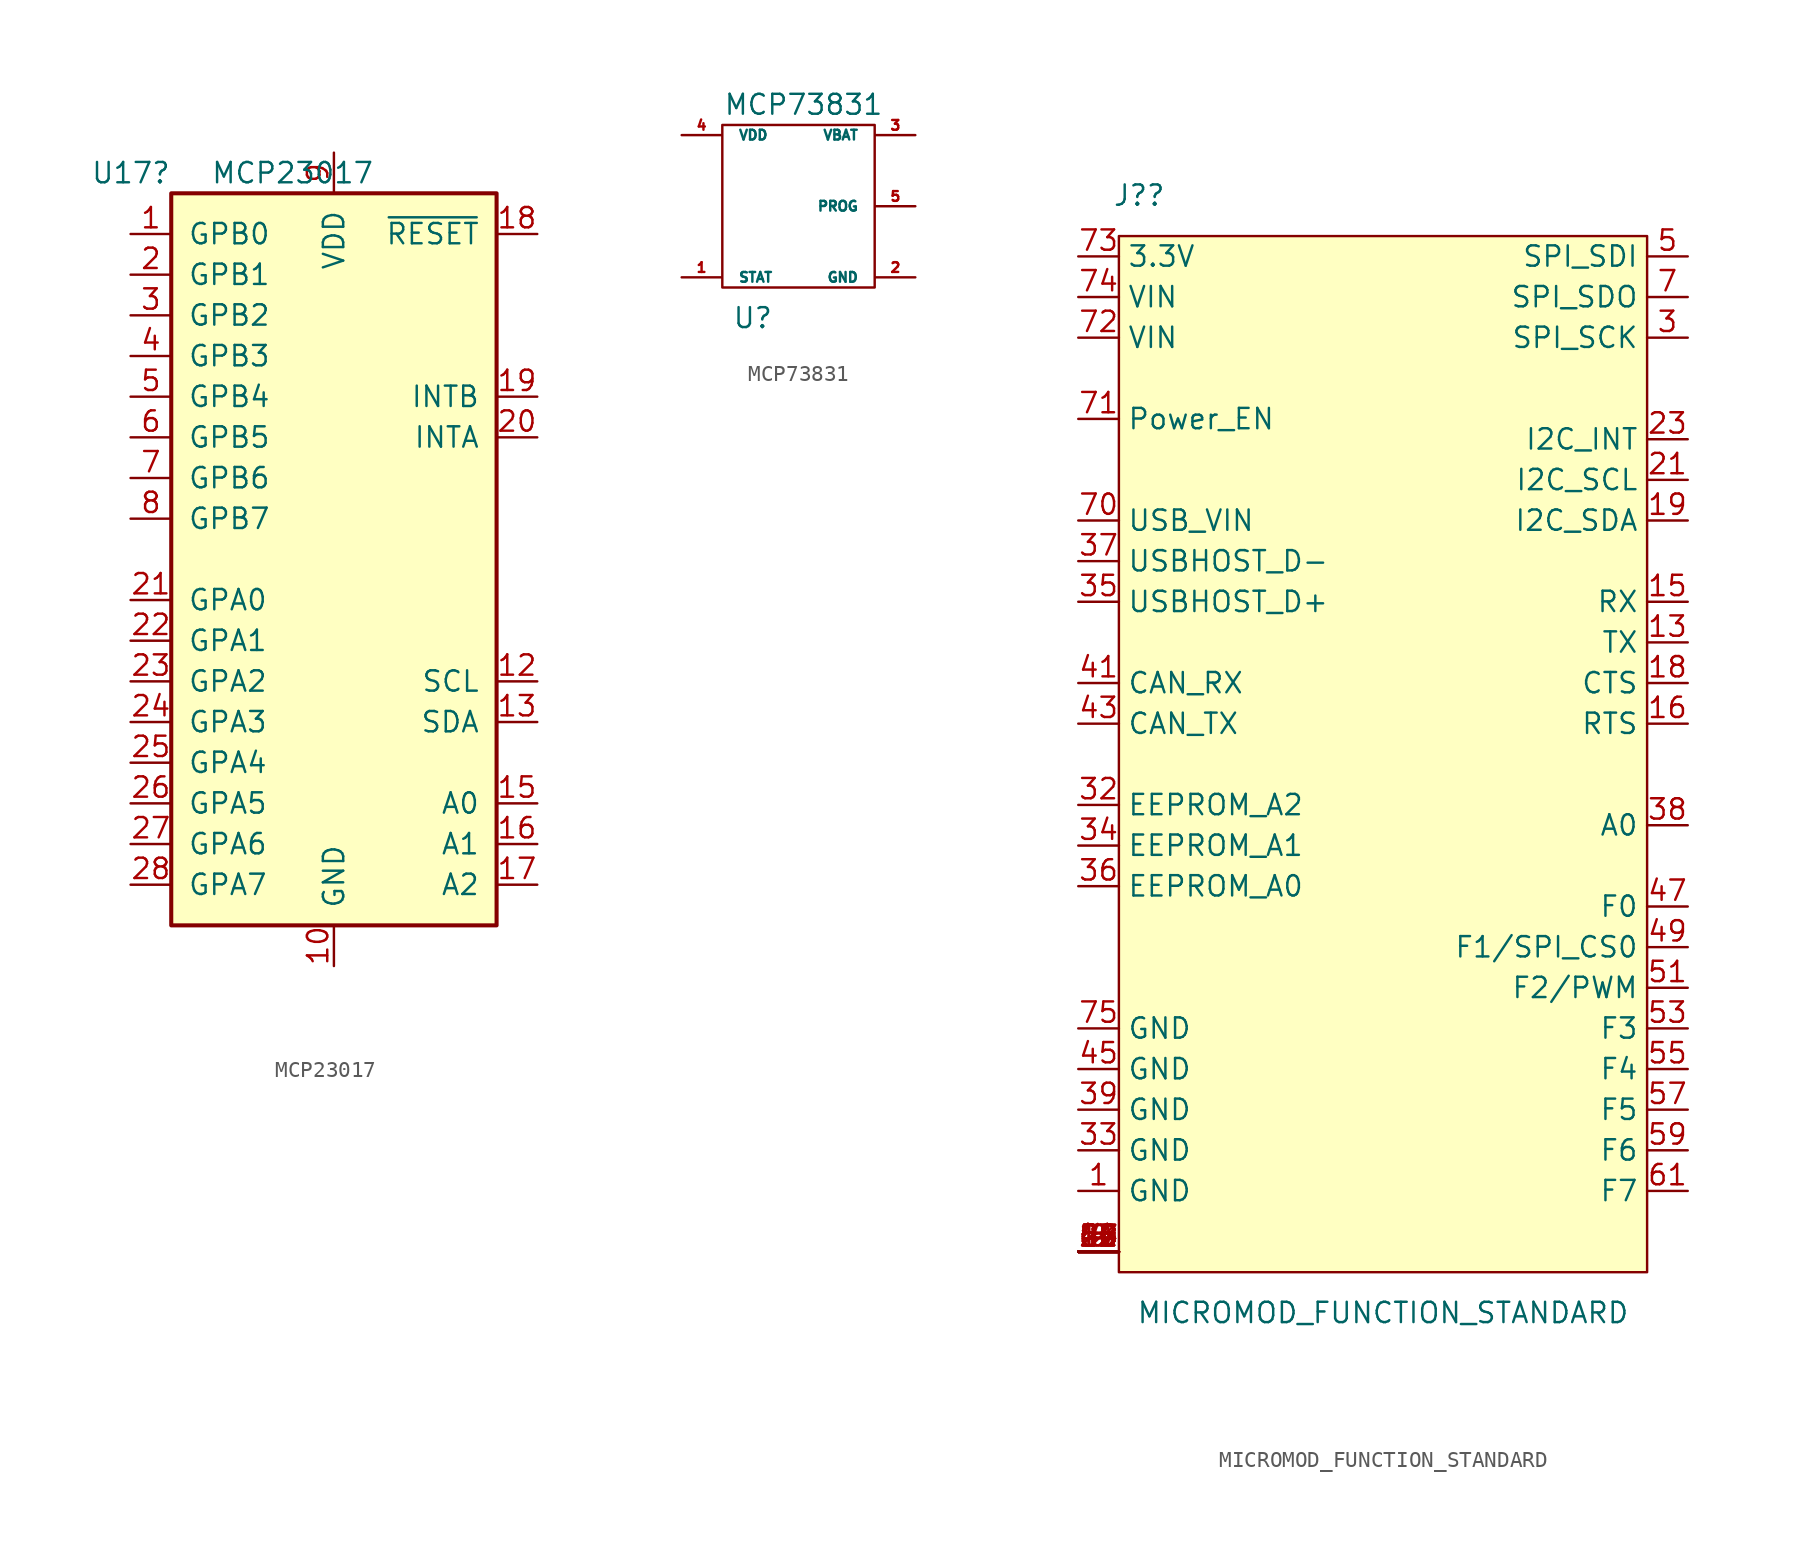
<source format=kicad_sym>
(kicad_symbol_lib
  (version 20211014)
  (generator kicad_symbol_editor)
  (symbol "MCP23017"
    (pin_names
      (offset 1.016))
    (property "Reference" "U17"
      (at -10.16 24.13 0)
      (effects (font (size 1.27 1.27)) (justify right)))
    (property "Value" "MCP23017"
      (at 2.54 24.13 0)
      (effects (font (size 1.27 1.27)) (justify right)))
    (symbol "MCP23017_0_1"
      (rectangle (start -10.16 22.86) (end 10.16 -22.86) (stroke (width 0.254) (type default) (color 0 0 0 0)) (fill (type background))))
    (symbol "MCP23017_1_1"
      (pin bidirectional line (at -12.7 20.32 0) (length 2.54) (name "GPB0" (effects (font (size 1.27 1.27)))) (number "1" (effects (font (size 1.27 1.27)))))
      (pin power_in line (at 0 -25.4 90) (length 2.54) (name "GND" (effects (font (size 1.27 1.27)))) (number "10" (effects (font (size 1.27 1.27)))))
      (pin no_connect line (at 12.7 3.81 180) (length 2.54) hide (name "" (effects (font (size 1.27 1.27)))) (number "11" (effects (font (size 1.27 1.27)))))
      (pin input line (at 12.7 -7.62 180) (length 2.54) (name "SCL" (effects (font (size 1.27 1.27)))) (number "12" (effects (font (size 1.27 1.27)))))
      (pin bidirectional line (at 12.7 -10.16 180) (length 2.54) (name "SDA" (effects (font (size 1.27 1.27)))) (number "13" (effects (font (size 1.27 1.27)))))
      (pin no_connect line (at 12.7 1.27 180) (length 2.54) hide (name "" (effects (font (size 1.27 1.27)))) (number "14" (effects (font (size 1.27 1.27)))))
      (pin input line (at 12.7 -15.24 180) (length 2.54) (name "A0" (effects (font (size 1.27 1.27)))) (number "15" (effects (font (size 1.27 1.27)))))
      (pin input line (at 12.7 -17.78 180) (length 2.54) (name "A1" (effects (font (size 1.27 1.27)))) (number "16" (effects (font (size 1.27 1.27)))))
      (pin input line (at 12.7 -20.32 180) (length 2.54) (name "A2" (effects (font (size 1.27 1.27)))) (number "17" (effects (font (size 1.27 1.27)))))
      (pin input line (at 12.7 20.32 180) (length 2.54) (name "~{RESET}" (effects (font (size 1.27 1.27)))) (number "18" (effects (font (size 1.27 1.27)))))
      (pin output line (at 12.7 10.16 180) (length 2.54) (name "INTB" (effects (font (size 1.27 1.27)))) (number "19" (effects (font (size 1.27 1.27)))))
      (pin bidirectional line (at -12.7 17.78 0) (length 2.54) (name "GPB1" (effects (font (size 1.27 1.27)))) (number "2" (effects (font (size 1.27 1.27)))))
      (pin output line (at 12.7 7.62 180) (length 2.54) (name "INTA" (effects (font (size 1.27 1.27)))) (number "20" (effects (font (size 1.27 1.27)))))
      (pin bidirectional line (at -12.7 -2.54 0) (length 2.54) (name "GPA0" (effects (font (size 1.27 1.27)))) (number "21" (effects (font (size 1.27 1.27)))))
      (pin bidirectional line (at -12.7 -5.08 0) (length 2.54) (name "GPA1" (effects (font (size 1.27 1.27)))) (number "22" (effects (font (size 1.27 1.27)))))
      (pin bidirectional line (at -12.7 -7.62 0) (length 2.54) (name "GPA2" (effects (font (size 1.27 1.27)))) (number "23" (effects (font (size 1.27 1.27)))))
      (pin bidirectional line (at -12.7 -10.16 0) (length 2.54) (name "GPA3" (effects (font (size 1.27 1.27)))) (number "24" (effects (font (size 1.27 1.27)))))
      (pin bidirectional line (at -12.7 -12.7 0) (length 2.54) (name "GPA4" (effects (font (size 1.27 1.27)))) (number "25" (effects (font (size 1.27 1.27)))))
      (pin bidirectional line (at -12.7 -15.24 0) (length 2.54) (name "GPA5" (effects (font (size 1.27 1.27)))) (number "26" (effects (font (size 1.27 1.27)))))
      (pin bidirectional line (at -12.7 -17.78 0) (length 2.54) (name "GPA6" (effects (font (size 1.27 1.27)))) (number "27" (effects (font (size 1.27 1.27)))))
      (pin bidirectional line (at -12.7 -20.32 0) (length 2.54) (name "GPA7" (effects (font (size 1.27 1.27)))) (number "28" (effects (font (size 1.27 1.27)))))
      (pin bidirectional line (at -12.7 15.24 0) (length 2.54) (name "GPB2" (effects (font (size 1.27 1.27)))) (number "3" (effects (font (size 1.27 1.27)))))
      (pin bidirectional line (at -12.7 12.7 0) (length 2.54) (name "GPB3" (effects (font (size 1.27 1.27)))) (number "4" (effects (font (size 1.27 1.27)))))
      (pin bidirectional line (at -12.7 10.16 0) (length 2.54) (name "GPB4" (effects (font (size 1.27 1.27)))) (number "5" (effects (font (size 1.27 1.27)))))
      (pin bidirectional line (at -12.7 7.62 0) (length 2.54) (name "GPB5" (effects (font (size 1.27 1.27)))) (number "6" (effects (font (size 1.27 1.27)))))
      (pin bidirectional line (at -12.7 5.08 0) (length 2.54) (name "GPB6" (effects (font (size 1.27 1.27)))) (number "7" (effects (font (size 1.27 1.27)))))
      (pin bidirectional line (at -12.7 2.54 0) (length 2.54) (name "GPB7" (effects (font (size 1.27 1.27)))) (number "8" (effects (font (size 1.27 1.27)))))
      (pin power_in line (at 0 25.4 270) (length 2.54) (name "VDD" (effects (font (size 1.27 1.27)))) (number "9" (effects (font (size 1.27 1.27)))))))
  (symbol "MCP73831"
    (pin_names
      (offset 1.016))
    (property "Reference" "U"
      (at -2.54 -6.35 0)
      (effects (font (size 1.245 1.245))))
    (property "Value" "MCP73831"
      (at 0.635 6.985 0)
      (effects (font (size 1.245 1.245))))
    (symbol "MCP73831_0_1"
      (rectangle (start 5.08 5.715) (end -4.445 -4.445) (stroke (width 0) (type default) (color 0 0 0 0)) (fill (type none))))
    (symbol "MCP73831_1_1"
      (pin input line (at -6.985 -3.81 0) (length 2.489) (name "STAT" (effects (font (size 0.61 0.61)))) (number "1" (effects (font (size 0.61 0.61)))))
      (pin input line (at 7.62 -3.81 180) (length 2.489) (name "GND" (effects (font (size 0.61 0.61)))) (number "2" (effects (font (size 0.61 0.61)))))
      (pin input line (at 7.62 5.08 180) (length 2.489) (name "VBAT" (effects (font (size 0.61 0.61)))) (number "3" (effects (font (size 0.61 0.61)))))
      (pin input line (at -6.985 5.08 0) (length 2.489) (name "VDD" (effects (font (size 0.61 0.61)))) (number "4" (effects (font (size 0.61 0.61)))))
      (pin input line (at 7.62 0.635 180) (length 2.489) (name "PROG" (effects (font (size 0.61 0.61)))) (number "5" (effects (font (size 0.61 0.61)))))))
  (symbol "MICROMOD_FUNCTION_STANDARD"
    (property "Reference" "J?"
      (at -8.89 43.18 0)
      (effects (font (size 1.27 1.27))))
    (property "Value" "MICROMOD_FUNCTION_STANDARD"
      (at 6.35 -26.67 0)
      (effects (font (size 1.27 1.27))))
    (symbol "MICROMOD_FUNCTION_STANDARD_0_1"
      (rectangle (start -10.16 40.64) (end 22.86 -24.13) (stroke (width 0.152) (type default) (color 0 0 0 0)) (fill (type background))))
    (symbol "MICROMOD_FUNCTION_STANDARD_1_1"
      (pin input line (at -12.7 -19.05 0) (length 2.54) (name "GND" (effects (font (size 1.27 1.27)))) (number "1" (effects (font (size 1.27 1.27)))))
      (pin input line (at -12.7 -22.86 0) (length 2.54) (name "" (effects (font (size 1.27 1.27)))) (number "10" (effects (font (size 1.27 1.27)))))
      (pin input line (at -12.7 -22.86 0) (length 2.54) (name "" (effects (font (size 1.27 1.27)))) (number "11" (effects (font (size 1.27 1.27)))))
      (pin input line (at -12.7 -22.86 0) (length 2.54) (name "" (effects (font (size 1.27 1.27)))) (number "12" (effects (font (size 1.27 1.27)))))
      (pin input line (at 25.4 15.24 180) (length 2.54) (name "TX" (effects (font (size 1.27 1.27)))) (number "13" (effects (font (size 1.27 1.27)))))
      (pin input line (at -12.7 -22.86 0) (length 2.54) (name "" (effects (font (size 1.27 1.27)))) (number "14" (effects (font (size 1.27 1.27)))))
      (pin input line (at 25.4 17.78 180) (length 2.54) (name "RX" (effects (font (size 1.27 1.27)))) (number "15" (effects (font (size 1.27 1.27)))))
      (pin input line (at 25.4 10.16 180) (length 2.54) (name "RTS" (effects (font (size 1.27 1.27)))) (number "16" (effects (font (size 1.27 1.27)))))
      (pin input line (at -12.7 -22.86 0) (length 2.54) (name "" (effects (font (size 1.27 1.27)))) (number "17" (effects (font (size 1.27 1.27)))))
      (pin input line (at 25.4 12.7 180) (length 2.54) (name "CTS" (effects (font (size 1.27 1.27)))) (number "18" (effects (font (size 1.27 1.27)))))
      (pin input line (at 25.4 22.86 180) (length 2.54) (name "I2C_SDA" (effects (font (size 1.27 1.27)))) (number "19" (effects (font (size 1.27 1.27)))))
      (pin input line (at -12.7 -22.86 0) (length 2.54) (name "" (effects (font (size 1.27 1.27)))) (number "2" (effects (font (size 1.27 1.27)))))
      (pin input line (at -12.7 -22.86 0) (length 2.54) (name "" (effects (font (size 1.27 1.27)))) (number "20" (effects (font (size 1.27 1.27)))))
      (pin input line (at 25.4 25.4 180) (length 2.54) (name "I2C_SCL" (effects (font (size 1.27 1.27)))) (number "21" (effects (font (size 1.27 1.27)))))
      (pin input line (at -12.7 -22.86 0) (length 2.54) (name "" (effects (font (size 1.27 1.27)))) (number "22" (effects (font (size 1.27 1.27)))))
      (pin input line (at 25.4 27.94 180) (length 2.54) (name "I2C_INT" (effects (font (size 1.27 1.27)))) (number "23" (effects (font (size 1.27 1.27)))))
      (pin input line (at 25.4 34.29 180) (length 2.54) (name "SPI_SCK" (effects (font (size 1.27 1.27)))) (number "3" (effects (font (size 1.27 1.27)))))
      (pin input line (at -12.7 5.08 0) (length 2.54) (name "EEPROM_A2" (effects (font (size 1.27 1.27)))) (number "32" (effects (font (size 1.27 1.27)))))
      (pin input line (at -12.7 -16.51 0) (length 2.54) (name "GND" (effects (font (size 1.27 1.27)))) (number "33" (effects (font (size 1.27 1.27)))))
      (pin input line (at -12.7 2.54 0) (length 2.54) (name "EEPROM_A1" (effects (font (size 1.27 1.27)))) (number "34" (effects (font (size 1.27 1.27)))))
      (pin input line (at -12.7 17.78 0) (length 2.54) (name "USBHOST_D+" (effects (font (size 1.27 1.27)))) (number "35" (effects (font (size 1.27 1.27)))))
      (pin input line (at -12.7 0 0) (length 2.54) (name "EEPROM_A0" (effects (font (size 1.27 1.27)))) (number "36" (effects (font (size 1.27 1.27)))))
      (pin input line (at -12.7 20.32 0) (length 2.54) (name "USBHOST_D-" (effects (font (size 1.27 1.27)))) (number "37" (effects (font (size 1.27 1.27)))))
      (pin input line (at 25.4 3.81 180) (length 2.54) (name "A0" (effects (font (size 1.27 1.27)))) (number "38" (effects (font (size 1.27 1.27)))))
      (pin input line (at -12.7 -13.97 0) (length 2.54) (name "GND" (effects (font (size 1.27 1.27)))) (number "39" (effects (font (size 1.27 1.27)))))
      (pin input line (at -12.7 -22.86 0) (length 2.54) (name "" (effects (font (size 1.27 1.27)))) (number "4" (effects (font (size 1.27 1.27)))))
      (pin input line (at -12.7 -22.86 0) (length 2.54) (name "" (effects (font (size 1.27 1.27)))) (number "40" (effects (font (size 1.27 1.27)))))
      (pin input line (at -12.7 12.7 0) (length 2.54) (name "CAN_RX" (effects (font (size 1.27 1.27)))) (number "41" (effects (font (size 1.27 1.27)))))
      (pin input line (at -12.7 -22.86 0) (length 2.54) (name "" (effects (font (size 1.27 1.27)))) (number "42" (effects (font (size 1.27 1.27)))))
      (pin input line (at -12.7 10.16 0) (length 2.54) (name "CAN_TX" (effects (font (size 1.27 1.27)))) (number "43" (effects (font (size 1.27 1.27)))))
      (pin input line (at -12.7 -22.86 0) (length 2.54) (name "" (effects (font (size 1.27 1.27)))) (number "44" (effects (font (size 1.27 1.27)))))
      (pin input line (at -12.7 -11.43 0) (length 2.54) (name "GND" (effects (font (size 1.27 1.27)))) (number "45" (effects (font (size 1.27 1.27)))))
      (pin input line (at -12.7 -22.86 0) (length 2.54) (name "" (effects (font (size 1.27 1.27)))) (number "46" (effects (font (size 1.27 1.27)))))
      (pin input line (at 25.4 -1.27 180) (length 2.54) (name "F0" (effects (font (size 1.27 1.27)))) (number "47" (effects (font (size 1.27 1.27)))))
      (pin input line (at -12.7 -22.86 0) (length 2.54) (name "" (effects (font (size 1.27 1.27)))) (number "48" (effects (font (size 1.27 1.27)))))
      (pin input line (at 25.4 -3.81 180) (length 2.54) (name "F1/SPI_CS0" (effects (font (size 1.27 1.27)))) (number "49" (effects (font (size 1.27 1.27)))))
      (pin input line (at 25.4 39.37 180) (length 2.54) (name "SPI_SDI" (effects (font (size 1.27 1.27)))) (number "5" (effects (font (size 1.27 1.27)))))
      (pin input line (at -12.7 -22.86 0) (length 2.54) (name "" (effects (font (size 1.27 1.27)))) (number "50" (effects (font (size 1.27 1.27)))))
      (pin input line (at 25.4 -6.35 180) (length 2.54) (name "F2/PWM" (effects (font (size 1.27 1.27)))) (number "51" (effects (font (size 1.27 1.27)))))
      (pin input line (at -12.7 -22.86 0) (length 2.54) (name "" (effects (font (size 1.27 1.27)))) (number "52" (effects (font (size 1.27 1.27)))))
      (pin input line (at 25.4 -8.89 180) (length 2.54) (name "F3" (effects (font (size 1.27 1.27)))) (number "53" (effects (font (size 1.27 1.27)))))
      (pin input line (at -12.7 -22.86 0) (length 2.54) (name "" (effects (font (size 1.27 1.27)))) (number "54" (effects (font (size 1.27 1.27)))))
      (pin input line (at 25.4 -11.43 180) (length 2.54) (name "F4" (effects (font (size 1.27 1.27)))) (number "55" (effects (font (size 1.27 1.27)))))
      (pin input line (at -12.7 -22.86 0) (length 2.54) (name "" (effects (font (size 1.27 1.27)))) (number "56" (effects (font (size 1.27 1.27)))))
      (pin input line (at 25.4 -13.97 180) (length 2.54) (name "F5" (effects (font (size 1.27 1.27)))) (number "57" (effects (font (size 1.27 1.27)))))
      (pin input line (at -12.7 -22.86 0) (length 2.54) (name "" (effects (font (size 1.27 1.27)))) (number "58" (effects (font (size 1.27 1.27)))))
      (pin input line (at 25.4 -16.51 180) (length 2.54) (name "F6" (effects (font (size 1.27 1.27)))) (number "59" (effects (font (size 1.27 1.27)))))
      (pin input line (at -12.7 -22.86 0) (length 2.54) (name "" (effects (font (size 1.27 1.27)))) (number "6" (effects (font (size 1.27 1.27)))))
      (pin input line (at -12.7 -22.86 0) (length 2.54) (name "" (effects (font (size 1.27 1.27)))) (number "60" (effects (font (size 1.27 1.27)))))
      (pin input line (at 25.4 -19.05 180) (length 2.54) (name "F7" (effects (font (size 1.27 1.27)))) (number "61" (effects (font (size 1.27 1.27)))))
      (pin input line (at -12.7 -22.86 0) (length 2.54) (name "" (effects (font (size 1.27 1.27)))) (number "62" (effects (font (size 1.27 1.27)))))
      (pin input line (at -12.7 -22.86 0) (length 2.54) (name "" (effects (font (size 1.27 1.27)))) (number "63" (effects (font (size 1.27 1.27)))))
      (pin input line (at -12.7 -22.86 0) (length 2.54) (name "" (effects (font (size 1.27 1.27)))) (number "64" (effects (font (size 1.27 1.27)))))
      (pin input line (at -12.7 -22.86 0) (length 2.54) (name "" (effects (font (size 1.27 1.27)))) (number "65" (effects (font (size 1.27 1.27)))))
      (pin input line (at -12.7 -22.86 0) (length 2.54) (name "" (effects (font (size 1.27 1.27)))) (number "66" (effects (font (size 1.27 1.27)))))
      (pin input line (at -12.7 -22.86 0) (length 2.54) (name "" (effects (font (size 1.27 1.27)))) (number "67" (effects (font (size 1.27 1.27)))))
      (pin input line (at -12.7 -22.86 0) (length 2.54) (name "" (effects (font (size 1.27 1.27)))) (number "68" (effects (font (size 1.27 1.27)))))
      (pin input line (at -12.7 -22.86 0) (length 2.54) (name "" (effects (font (size 1.27 1.27)))) (number "69" (effects (font (size 1.27 1.27)))))
      (pin input line (at 25.4 36.83 180) (length 2.54) (name "SPI_SDO" (effects (font (size 1.27 1.27)))) (number "7" (effects (font (size 1.27 1.27)))))
      (pin input line (at -12.7 22.86 0) (length 2.54) (name "USB_VIN" (effects (font (size 1.27 1.27)))) (number "70" (effects (font (size 1.27 1.27)))))
      (pin input line (at -12.7 29.21 0) (length 2.54) (name "Power_EN" (effects (font (size 1.27 1.27)))) (number "71" (effects (font (size 1.27 1.27)))))
      (pin input line (at -12.7 34.29 0) (length 2.54) (name "VIN" (effects (font (size 1.27 1.27)))) (number "72" (effects (font (size 1.27 1.27)))))
      (pin input line (at -12.7 39.37 0) (length 2.54) (name "3.3V" (effects (font (size 1.27 1.27)))) (number "73" (effects (font (size 1.27 1.27)))))
      (pin input line (at -12.7 36.83 0) (length 2.54) (name "VIN" (effects (font (size 1.27 1.27)))) (number "74" (effects (font (size 1.27 1.27)))))
      (pin input line (at -12.7 -8.89 0) (length 2.54) (name "GND" (effects (font (size 1.27 1.27)))) (number "75" (effects (font (size 1.27 1.27)))))
      (pin input line (at -12.7 -22.86 0) (length 2.54) (name "" (effects (font (size 1.27 1.27)))) (number "8" (effects (font (size 1.27 1.27)))))
      (pin input line (at -12.7 -22.86 0) (length 2.54) (name "" (effects (font (size 1.27 1.27)))) (number "9" (effects (font (size 1.27 1.27))))))))
</source>
